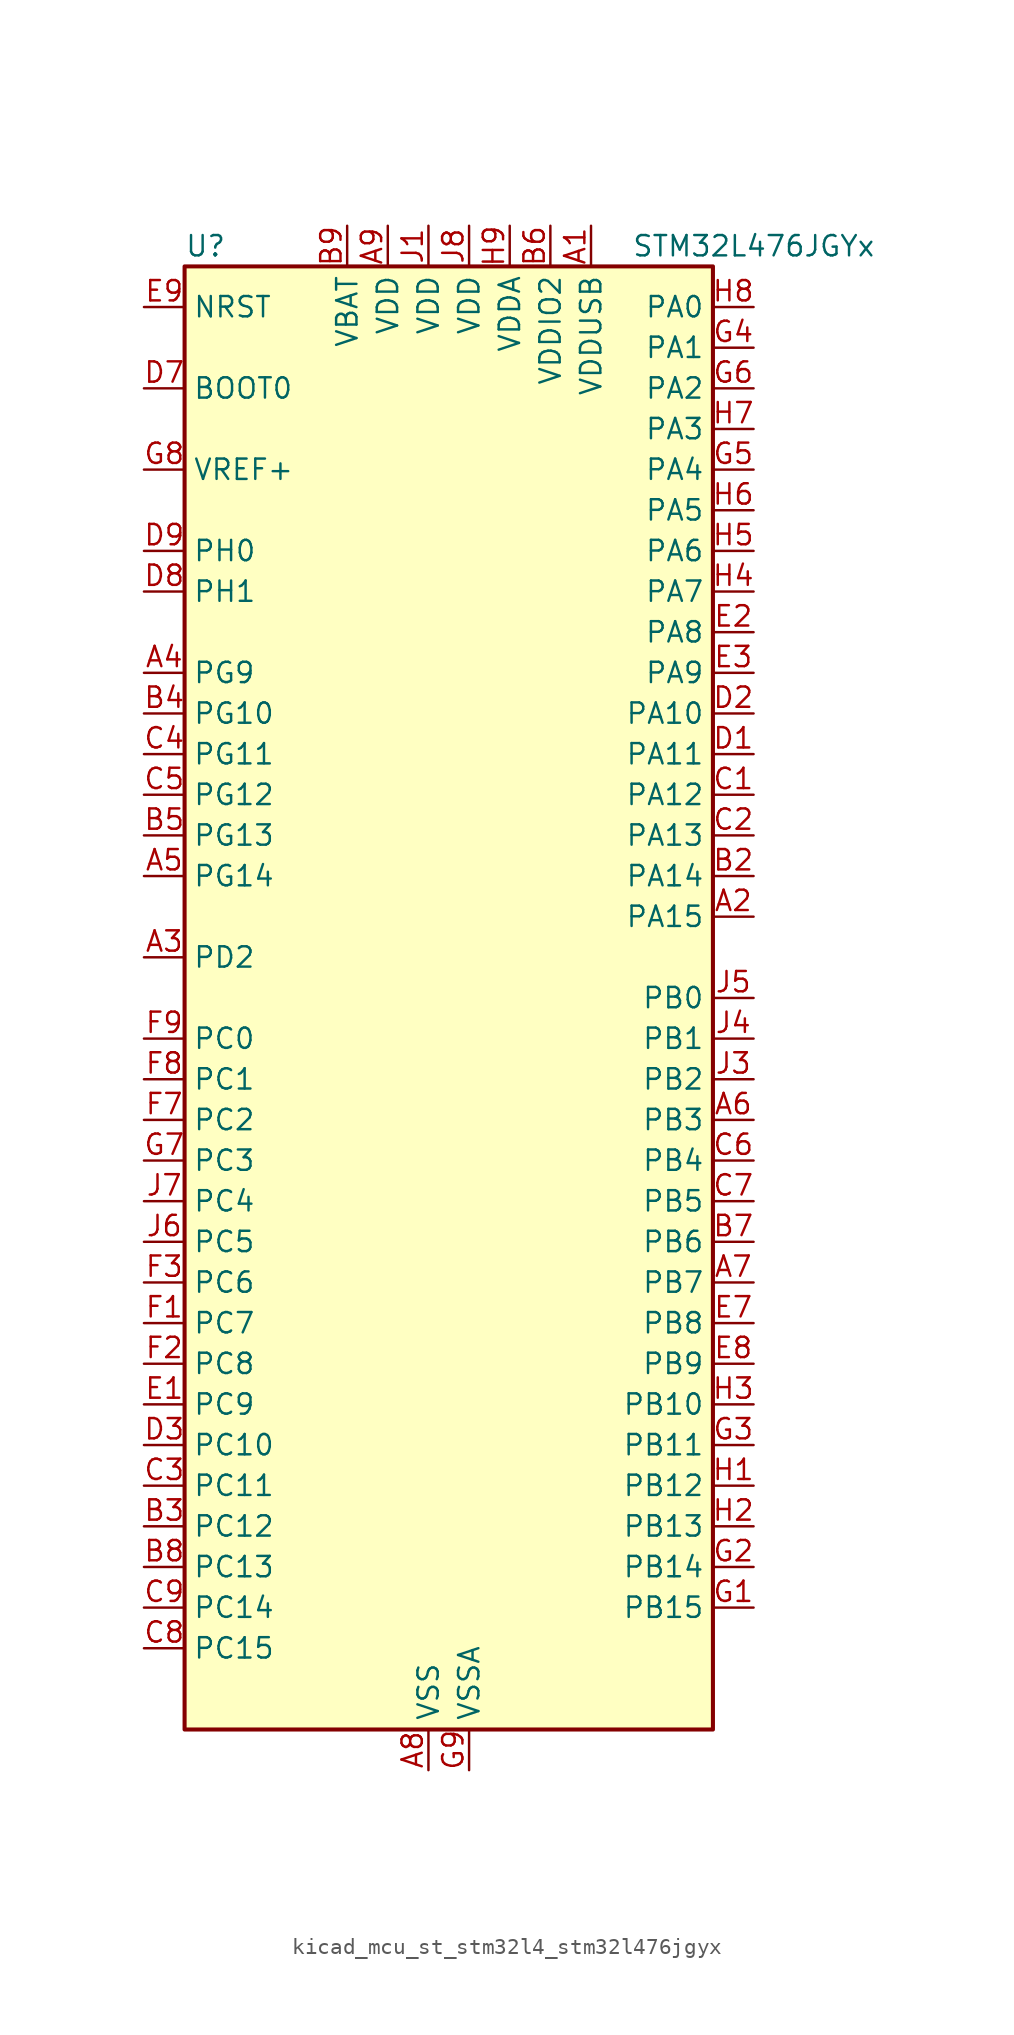
<source format=kicad_sym>
(kicad_symbol_lib
  (version 20220914)
  (generator kicad_symbol_editor)
  (symbol "kicad_mcu_st_stm32l4_stm32l476jgyx"
    (property "Reference" "U"
      (at -15.24 46.99 0)
      (effects (font (size 1.27 1.27)) (justify left)))
    (property "Value" "STM32L476JGYx"
      (at 12.7 46.99 0)
      (effects (font (size 1.27 1.27)) (justify left)))
    (property "ki_locked" ""
      (at 0 0 0)
      (effects (font (size 1.27 1.27))))
    (symbol "kicad_mcu_st_stm32l4_stm32l476jgyx_0_1"
      (rectangle (start -15.24 -45.72) (end 17.78 45.72) (stroke (width 0.254) (type default)) (fill (type background))))
    (symbol "kicad_mcu_st_stm32l4_stm32l476jgyx_1_1"
      (pin power_in line (at 10.16 48.26 270) (length 2.54) (name "VDDUSB" (effects (font (size 1.27 1.27)))) (number "A1" (effects (font (size 1.27 1.27)))))
      (pin bidirectional line (at 20.32 5.08 180) (length 2.54) (name "PA15" (effects (font (size 1.27 1.27)))) (number "A2" (effects (font (size 1.27 1.27)))) (alternate "ADC1_EXTI15" bidirectional line) (alternate "ADC2_EXTI15" bidirectional line) (alternate "ADC3_EXTI15" bidirectional line) (alternate "LCD_SEG17" bidirectional line) (alternate "SAI2_FS_B" bidirectional line) (alternate "SPI1_NSS" bidirectional line) (alternate "SPI3_NSS" bidirectional line) (alternate "SYS_JTDI" bidirectional line) (alternate "TIM2_CH1" bidirectional line) (alternate "TIM2_ETR" bidirectional line) (alternate "TSC_G3_IO1" bidirectional line) (alternate "UART4_DE" bidirectional line) (alternate "UART4_RTS" bidirectional line))
      (pin bidirectional line (at -17.78 2.54 0) (length 2.54) (name "PD2" (effects (font (size 1.27 1.27)))) (number "A3" (effects (font (size 1.27 1.27)))) (alternate "LCD_COM7" bidirectional line) (alternate "LCD_SEG31" bidirectional line) (alternate "LCD_SEG43" bidirectional line) (alternate "SDMMC1_CMD" bidirectional line) (alternate "TIM3_ETR" bidirectional line) (alternate "TSC_SYNC" bidirectional line) (alternate "UART5_RX" bidirectional line) (alternate "USART3_DE" bidirectional line) (alternate "USART3_RTS" bidirectional line))
      (pin bidirectional line (at -17.78 20.32 0) (length 2.54) (name "PG9" (effects (font (size 1.27 1.27)))) (number "A4" (effects (font (size 1.27 1.27)))) (alternate "DAC1_EXTI9" bidirectional line) (alternate "SAI2_SCK_A" bidirectional line) (alternate "SPI3_SCK" bidirectional line) (alternate "TIM15_CH1N" bidirectional line) (alternate "USART1_TX" bidirectional line))
      (pin bidirectional line (at -17.78 7.62 0) (length 2.54) (name "PG14" (effects (font (size 1.27 1.27)))) (number "A5" (effects (font (size 1.27 1.27)))) (alternate "I2C1_SCL" bidirectional line))
      (pin bidirectional line (at 20.32 -7.62 180) (length 2.54) (name "PB3" (effects (font (size 1.27 1.27)))) (number "A6" (effects (font (size 1.27 1.27)))) (alternate "COMP2_INM" bidirectional line) (alternate "LCD_SEG7" bidirectional line) (alternate "SAI1_SCK_B" bidirectional line) (alternate "SPI1_SCK" bidirectional line) (alternate "SPI3_SCK" bidirectional line) (alternate "SYS_JTDO-SWO" bidirectional line) (alternate "TIM2_CH2" bidirectional line) (alternate "USART1_DE" bidirectional line) (alternate "USART1_RTS" bidirectional line))
      (pin bidirectional line (at 20.32 -17.78 180) (length 2.54) (name "PB7" (effects (font (size 1.27 1.27)))) (number "A7" (effects (font (size 1.27 1.27)))) (alternate "COMP2_INM" bidirectional line) (alternate "DFSDM1_CKIN5" bidirectional line) (alternate "I2C1_SDA" bidirectional line) (alternate "LCD_SEG21" bidirectional line) (alternate "LPTIM1_IN2" bidirectional line) (alternate "SYS_PVD_IN" bidirectional line) (alternate "TIM17_CH1N" bidirectional line) (alternate "TIM4_CH2" bidirectional line) (alternate "TIM8_BKIN" bidirectional line) (alternate "TIM8_BKIN_COMP1" bidirectional line) (alternate "TSC_G2_IO4" bidirectional line) (alternate "UART4_CTS" bidirectional line) (alternate "USART1_RX" bidirectional line))
      (pin power_in line (at 0 -48.26 90) (length 2.54) (name "VSS" (effects (font (size 1.27 1.27)))) (number "A8" (effects (font (size 1.27 1.27)))))
      (pin power_in line (at -2.54 48.26 270) (length 2.54) (name "VDD" (effects (font (size 1.27 1.27)))) (number "A9" (effects (font (size 1.27 1.27)))))
      (pin passive line (at 0 -48.26 90) (length 2.54) hide (name "VSS" (effects (font (size 1.27 1.27)))) (number "B1" (effects (font (size 1.27 1.27)))))
      (pin bidirectional line (at 20.32 7.62 180) (length 2.54) (name "PA14" (effects (font (size 1.27 1.27)))) (number "B2" (effects (font (size 1.27 1.27)))) (alternate "SYS_JTCK-SWCLK" bidirectional line))
      (pin bidirectional line (at -17.78 -33.02 0) (length 2.54) (name "PC12" (effects (font (size 1.27 1.27)))) (number "B3" (effects (font (size 1.27 1.27)))) (alternate "LCD_COM6" bidirectional line) (alternate "LCD_SEG30" bidirectional line) (alternate "LCD_SEG42" bidirectional line) (alternate "SAI2_SD_B" bidirectional line) (alternate "SDMMC1_CK" bidirectional line) (alternate "SPI3_MOSI" bidirectional line) (alternate "TSC_G3_IO4" bidirectional line) (alternate "UART5_TX" bidirectional line) (alternate "USART3_CK" bidirectional line))
      (pin bidirectional line (at -17.78 17.78 0) (length 2.54) (name "PG10" (effects (font (size 1.27 1.27)))) (number "B4" (effects (font (size 1.27 1.27)))) (alternate "LPTIM1_IN1" bidirectional line) (alternate "SAI2_FS_A" bidirectional line) (alternate "SPI3_MISO" bidirectional line) (alternate "TIM15_CH1" bidirectional line) (alternate "USART1_RX" bidirectional line))
      (pin bidirectional line (at -17.78 10.16 0) (length 2.54) (name "PG13" (effects (font (size 1.27 1.27)))) (number "B5" (effects (font (size 1.27 1.27)))) (alternate "I2C1_SDA" bidirectional line) (alternate "USART1_CK" bidirectional line))
      (pin power_in line (at 7.62 48.26 270) (length 2.54) (name "VDDIO2" (effects (font (size 1.27 1.27)))) (number "B6" (effects (font (size 1.27 1.27)))))
      (pin bidirectional line (at 20.32 -15.24 180) (length 2.54) (name "PB6" (effects (font (size 1.27 1.27)))) (number "B7" (effects (font (size 1.27 1.27)))) (alternate "COMP2_INP" bidirectional line) (alternate "DFSDM1_DATIN5" bidirectional line) (alternate "I2C1_SCL" bidirectional line) (alternate "LPTIM1_ETR" bidirectional line) (alternate "SAI1_FS_B" bidirectional line) (alternate "TIM16_CH1N" bidirectional line) (alternate "TIM4_CH1" bidirectional line) (alternate "TIM8_BKIN2" bidirectional line) (alternate "TIM8_BKIN2_COMP2" bidirectional line) (alternate "TSC_G2_IO3" bidirectional line) (alternate "USART1_TX" bidirectional line))
      (pin bidirectional line (at -17.78 -35.56 0) (length 2.54) (name "PC13" (effects (font (size 1.27 1.27)))) (number "B8" (effects (font (size 1.27 1.27)))) (alternate "RTC_OUT_ALARM" bidirectional line) (alternate "RTC_OUT_CALIB" bidirectional line) (alternate "RTC_TAMP1" bidirectional line) (alternate "RTC_TS" bidirectional line) (alternate "SYS_WKUP2" bidirectional line))
      (pin power_in line (at -5.08 48.26 270) (length 2.54) (name "VBAT" (effects (font (size 1.27 1.27)))) (number "B9" (effects (font (size 1.27 1.27)))))
      (pin bidirectional line (at 20.32 12.7 180) (length 2.54) (name "PA12" (effects (font (size 1.27 1.27)))) (number "C1" (effects (font (size 1.27 1.27)))) (alternate "CAN1_TX" bidirectional line) (alternate "TIM1_ETR" bidirectional line) (alternate "USART1_DE" bidirectional line) (alternate "USART1_RTS" bidirectional line) (alternate "USB_OTG_FS_DP" bidirectional line))
      (pin bidirectional line (at 20.32 10.16 180) (length 2.54) (name "PA13" (effects (font (size 1.27 1.27)))) (number "C2" (effects (font (size 1.27 1.27)))) (alternate "IR_OUT" bidirectional line) (alternate "SYS_JTMS-SWDIO" bidirectional line) (alternate "USB_OTG_FS_NOE" bidirectional line))
      (pin bidirectional line (at -17.78 -30.48 0) (length 2.54) (name "PC11" (effects (font (size 1.27 1.27)))) (number "C3" (effects (font (size 1.27 1.27)))) (alternate "ADC1_EXTI11" bidirectional line) (alternate "ADC2_EXTI11" bidirectional line) (alternate "ADC3_EXTI11" bidirectional line) (alternate "LCD_COM5" bidirectional line) (alternate "LCD_SEG29" bidirectional line) (alternate "LCD_SEG41" bidirectional line) (alternate "SAI2_MCLK_B" bidirectional line) (alternate "SDMMC1_D3" bidirectional line) (alternate "SPI3_MISO" bidirectional line) (alternate "TSC_G3_IO3" bidirectional line) (alternate "UART4_RX" bidirectional line) (alternate "USART3_RX" bidirectional line))
      (pin bidirectional line (at -17.78 15.24 0) (length 2.54) (name "PG11" (effects (font (size 1.27 1.27)))) (number "C4" (effects (font (size 1.27 1.27)))) (alternate "ADC1_EXTI11" bidirectional line) (alternate "ADC2_EXTI11" bidirectional line) (alternate "ADC3_EXTI11" bidirectional line) (alternate "LPTIM1_IN2" bidirectional line) (alternate "SAI2_MCLK_A" bidirectional line) (alternate "SPI3_MOSI" bidirectional line) (alternate "TIM15_CH2" bidirectional line) (alternate "USART1_CTS" bidirectional line))
      (pin bidirectional line (at -17.78 12.7 0) (length 2.54) (name "PG12" (effects (font (size 1.27 1.27)))) (number "C5" (effects (font (size 1.27 1.27)))) (alternate "LPTIM1_ETR" bidirectional line) (alternate "SAI2_SD_A" bidirectional line) (alternate "SPI3_NSS" bidirectional line) (alternate "USART1_DE" bidirectional line) (alternate "USART1_RTS" bidirectional line))
      (pin bidirectional line (at 20.32 -10.16 180) (length 2.54) (name "PB4" (effects (font (size 1.27 1.27)))) (number "C6" (effects (font (size 1.27 1.27)))) (alternate "COMP2_INP" bidirectional line) (alternate "LCD_SEG8" bidirectional line) (alternate "SAI1_MCLK_B" bidirectional line) (alternate "SPI1_MISO" bidirectional line) (alternate "SPI3_MISO" bidirectional line) (alternate "SYS_JTRST" bidirectional line) (alternate "TIM17_BKIN" bidirectional line) (alternate "TIM3_CH1" bidirectional line) (alternate "TSC_G2_IO1" bidirectional line) (alternate "UART5_DE" bidirectional line) (alternate "UART5_RTS" bidirectional line) (alternate "USART1_CTS" bidirectional line))
      (pin bidirectional line (at 20.32 -12.7 180) (length 2.54) (name "PB5" (effects (font (size 1.27 1.27)))) (number "C7" (effects (font (size 1.27 1.27)))) (alternate "COMP2_OUT" bidirectional line) (alternate "I2C1_SMBA" bidirectional line) (alternate "LCD_SEG9" bidirectional line) (alternate "LPTIM1_IN1" bidirectional line) (alternate "SAI1_SD_B" bidirectional line) (alternate "SPI1_MOSI" bidirectional line) (alternate "SPI3_MOSI" bidirectional line) (alternate "TIM16_BKIN" bidirectional line) (alternate "TIM3_CH2" bidirectional line) (alternate "TSC_G2_IO2" bidirectional line) (alternate "UART5_CTS" bidirectional line) (alternate "USART1_CK" bidirectional line))
      (pin bidirectional line (at -17.78 -40.64 0) (length 2.54) (name "PC15" (effects (font (size 1.27 1.27)))) (number "C8" (effects (font (size 1.27 1.27)))) (alternate "ADC1_EXTI15" bidirectional line) (alternate "ADC2_EXTI15" bidirectional line) (alternate "ADC3_EXTI15" bidirectional line) (alternate "RCC_OSC32_OUT" bidirectional line))
      (pin bidirectional line (at -17.78 -38.1 0) (length 2.54) (name "PC14" (effects (font (size 1.27 1.27)))) (number "C9" (effects (font (size 1.27 1.27)))) (alternate "RCC_OSC32_IN" bidirectional line))
      (pin bidirectional line (at 20.32 15.24 180) (length 2.54) (name "PA11" (effects (font (size 1.27 1.27)))) (number "D1" (effects (font (size 1.27 1.27)))) (alternate "ADC1_EXTI11" bidirectional line) (alternate "ADC2_EXTI11" bidirectional line) (alternate "ADC3_EXTI11" bidirectional line) (alternate "CAN1_RX" bidirectional line) (alternate "TIM1_BKIN2" bidirectional line) (alternate "TIM1_BKIN2_COMP1" bidirectional line) (alternate "TIM1_CH4" bidirectional line) (alternate "USART1_CTS" bidirectional line) (alternate "USB_OTG_FS_DM" bidirectional line))
      (pin bidirectional line (at 20.32 17.78 180) (length 2.54) (name "PA10" (effects (font (size 1.27 1.27)))) (number "D2" (effects (font (size 1.27 1.27)))) (alternate "LCD_COM2" bidirectional line) (alternate "TIM17_BKIN" bidirectional line) (alternate "TIM1_CH3" bidirectional line) (alternate "USART1_RX" bidirectional line) (alternate "USB_OTG_FS_ID" bidirectional line))
      (pin bidirectional line (at -17.78 -27.94 0) (length 2.54) (name "PC10" (effects (font (size 1.27 1.27)))) (number "D3" (effects (font (size 1.27 1.27)))) (alternate "LCD_COM4" bidirectional line) (alternate "LCD_SEG28" bidirectional line) (alternate "LCD_SEG40" bidirectional line) (alternate "SAI2_SCK_B" bidirectional line) (alternate "SDMMC1_D2" bidirectional line) (alternate "SPI3_SCK" bidirectional line) (alternate "TSC_G3_IO2" bidirectional line) (alternate "UART4_TX" bidirectional line) (alternate "USART3_TX" bidirectional line))
      (pin input line (at -17.78 38.1 0) (length 2.54) (name "BOOT0" (effects (font (size 1.27 1.27)))) (number "D7" (effects (font (size 1.27 1.27)))))
      (pin bidirectional line (at -17.78 25.4 0) (length 2.54) (name "PH1" (effects (font (size 1.27 1.27)))) (number "D8" (effects (font (size 1.27 1.27)))) (alternate "RCC_OSC_OUT" bidirectional line))
      (pin bidirectional line (at -17.78 27.94 0) (length 2.54) (name "PH0" (effects (font (size 1.27 1.27)))) (number "D9" (effects (font (size 1.27 1.27)))) (alternate "RCC_OSC_IN" bidirectional line))
      (pin bidirectional line (at -17.78 -25.4 0) (length 2.54) (name "PC9" (effects (font (size 1.27 1.27)))) (number "E1" (effects (font (size 1.27 1.27)))) (alternate "DAC1_EXTI9" bidirectional line) (alternate "LCD_SEG27" bidirectional line) (alternate "SAI2_EXTCLK" bidirectional line) (alternate "SDMMC1_D1" bidirectional line) (alternate "TIM3_CH4" bidirectional line) (alternate "TIM8_BKIN2" bidirectional line) (alternate "TIM8_BKIN2_COMP1" bidirectional line) (alternate "TIM8_CH4" bidirectional line) (alternate "TSC_G4_IO4" bidirectional line) (alternate "USB_OTG_FS_NOE" bidirectional line))
      (pin bidirectional line (at 20.32 22.86 180) (length 2.54) (name "PA8" (effects (font (size 1.27 1.27)))) (number "E2" (effects (font (size 1.27 1.27)))) (alternate "LCD_COM0" bidirectional line) (alternate "LPTIM2_OUT" bidirectional line) (alternate "RCC_MCO" bidirectional line) (alternate "TIM1_CH1" bidirectional line) (alternate "USART1_CK" bidirectional line) (alternate "USB_OTG_FS_SOF" bidirectional line))
      (pin bidirectional line (at 20.32 20.32 180) (length 2.54) (name "PA9" (effects (font (size 1.27 1.27)))) (number "E3" (effects (font (size 1.27 1.27)))) (alternate "DAC1_EXTI9" bidirectional line) (alternate "LCD_COM1" bidirectional line) (alternate "TIM15_BKIN" bidirectional line) (alternate "TIM1_CH2" bidirectional line) (alternate "USART1_TX" bidirectional line) (alternate "USB_OTG_FS_VBUS" bidirectional line))
      (pin bidirectional line (at 20.32 -20.32 180) (length 2.54) (name "PB8" (effects (font (size 1.27 1.27)))) (number "E7" (effects (font (size 1.27 1.27)))) (alternate "CAN1_RX" bidirectional line) (alternate "DFSDM1_DATIN6" bidirectional line) (alternate "I2C1_SCL" bidirectional line) (alternate "LCD_SEG16" bidirectional line) (alternate "SAI1_MCLK_A" bidirectional line) (alternate "SDMMC1_D4" bidirectional line) (alternate "TIM16_CH1" bidirectional line) (alternate "TIM4_CH3" bidirectional line))
      (pin bidirectional line (at 20.32 -22.86 180) (length 2.54) (name "PB9" (effects (font (size 1.27 1.27)))) (number "E8" (effects (font (size 1.27 1.27)))) (alternate "CAN1_TX" bidirectional line) (alternate "DAC1_EXTI9" bidirectional line) (alternate "DFSDM1_CKIN6" bidirectional line) (alternate "I2C1_SDA" bidirectional line) (alternate "IR_OUT" bidirectional line) (alternate "LCD_COM3" bidirectional line) (alternate "SAI1_FS_A" bidirectional line) (alternate "SDMMC1_D5" bidirectional line) (alternate "SPI2_NSS" bidirectional line) (alternate "TIM17_CH1" bidirectional line) (alternate "TIM4_CH4" bidirectional line))
      (pin input line (at -17.78 43.18 0) (length 2.54) (name "NRST" (effects (font (size 1.27 1.27)))) (number "E9" (effects (font (size 1.27 1.27)))))
      (pin bidirectional line (at -17.78 -20.32 0) (length 2.54) (name "PC7" (effects (font (size 1.27 1.27)))) (number "F1" (effects (font (size 1.27 1.27)))) (alternate "DFSDM1_DATIN3" bidirectional line) (alternate "LCD_SEG25" bidirectional line) (alternate "SAI2_MCLK_B" bidirectional line) (alternate "SDMMC1_D7" bidirectional line) (alternate "TIM3_CH2" bidirectional line) (alternate "TIM8_CH2" bidirectional line) (alternate "TSC_G4_IO2" bidirectional line))
      (pin bidirectional line (at -17.78 -22.86 0) (length 2.54) (name "PC8" (effects (font (size 1.27 1.27)))) (number "F2" (effects (font (size 1.27 1.27)))) (alternate "LCD_SEG26" bidirectional line) (alternate "SDMMC1_D0" bidirectional line) (alternate "TIM3_CH3" bidirectional line) (alternate "TIM8_CH3" bidirectional line) (alternate "TSC_G4_IO3" bidirectional line))
      (pin bidirectional line (at -17.78 -17.78 0) (length 2.54) (name "PC6" (effects (font (size 1.27 1.27)))) (number "F3" (effects (font (size 1.27 1.27)))) (alternate "DFSDM1_CKIN3" bidirectional line) (alternate "LCD_SEG24" bidirectional line) (alternate "SAI2_MCLK_A" bidirectional line) (alternate "SDMMC1_D6" bidirectional line) (alternate "TIM3_CH1" bidirectional line) (alternate "TIM8_CH1" bidirectional line) (alternate "TSC_G4_IO1" bidirectional line))
      (pin bidirectional line (at -17.78 -7.62 0) (length 2.54) (name "PC2" (effects (font (size 1.27 1.27)))) (number "F7" (effects (font (size 1.27 1.27)))) (alternate "ADC1_IN3" bidirectional line) (alternate "ADC2_IN3" bidirectional line) (alternate "ADC3_IN3" bidirectional line) (alternate "DFSDM1_CKOUT" bidirectional line) (alternate "LCD_SEG20" bidirectional line) (alternate "LPTIM1_IN2" bidirectional line) (alternate "SPI2_MISO" bidirectional line))
      (pin bidirectional line (at -17.78 -5.08 0) (length 2.54) (name "PC1" (effects (font (size 1.27 1.27)))) (number "F8" (effects (font (size 1.27 1.27)))) (alternate "ADC1_IN2" bidirectional line) (alternate "ADC2_IN2" bidirectional line) (alternate "ADC3_IN2" bidirectional line) (alternate "DFSDM1_CKIN4" bidirectional line) (alternate "I2C3_SDA" bidirectional line) (alternate "LCD_SEG19" bidirectional line) (alternate "LPTIM1_OUT" bidirectional line) (alternate "LPUART1_TX" bidirectional line))
      (pin bidirectional line (at -17.78 -2.54 0) (length 2.54) (name "PC0" (effects (font (size 1.27 1.27)))) (number "F9" (effects (font (size 1.27 1.27)))) (alternate "ADC1_IN1" bidirectional line) (alternate "ADC2_IN1" bidirectional line) (alternate "ADC3_IN1" bidirectional line) (alternate "DFSDM1_DATIN4" bidirectional line) (alternate "I2C3_SCL" bidirectional line) (alternate "LCD_SEG18" bidirectional line) (alternate "LPTIM1_IN1" bidirectional line) (alternate "LPTIM2_IN1" bidirectional line) (alternate "LPUART1_RX" bidirectional line))
      (pin bidirectional line (at 20.32 -38.1 180) (length 2.54) (name "PB15" (effects (font (size 1.27 1.27)))) (number "G1" (effects (font (size 1.27 1.27)))) (alternate "ADC1_EXTI15" bidirectional line) (alternate "ADC2_EXTI15" bidirectional line) (alternate "ADC3_EXTI15" bidirectional line) (alternate "DFSDM1_CKIN2" bidirectional line) (alternate "LCD_SEG15" bidirectional line) (alternate "RTC_REFIN" bidirectional line) (alternate "SAI2_SD_A" bidirectional line) (alternate "SPI2_MOSI" bidirectional line) (alternate "SWPMI1_SUSPEND" bidirectional line) (alternate "TIM15_CH2" bidirectional line) (alternate "TIM1_CH3N" bidirectional line) (alternate "TIM8_CH3N" bidirectional line) (alternate "TSC_G1_IO4" bidirectional line))
      (pin bidirectional line (at 20.32 -35.56 180) (length 2.54) (name "PB14" (effects (font (size 1.27 1.27)))) (number "G2" (effects (font (size 1.27 1.27)))) (alternate "DFSDM1_DATIN2" bidirectional line) (alternate "I2C2_SDA" bidirectional line) (alternate "LCD_SEG14" bidirectional line) (alternate "SAI2_MCLK_A" bidirectional line) (alternate "SPI2_MISO" bidirectional line) (alternate "SWPMI1_RX" bidirectional line) (alternate "TIM15_CH1" bidirectional line) (alternate "TIM1_CH2N" bidirectional line) (alternate "TIM8_CH2N" bidirectional line) (alternate "TSC_G1_IO3" bidirectional line) (alternate "USART3_DE" bidirectional line) (alternate "USART3_RTS" bidirectional line))
      (pin bidirectional line (at 20.32 -27.94 180) (length 2.54) (name "PB11" (effects (font (size 1.27 1.27)))) (number "G3" (effects (font (size 1.27 1.27)))) (alternate "ADC1_EXTI11" bidirectional line) (alternate "ADC2_EXTI11" bidirectional line) (alternate "ADC3_EXTI11" bidirectional line) (alternate "COMP2_OUT" bidirectional line) (alternate "DFSDM1_CKIN7" bidirectional line) (alternate "I2C2_SDA" bidirectional line) (alternate "LCD_SEG11" bidirectional line) (alternate "LPUART1_TX" bidirectional line) (alternate "QUADSPI_NCS" bidirectional line) (alternate "TIM2_CH4" bidirectional line) (alternate "USART3_RX" bidirectional line))
      (pin bidirectional line (at 20.32 40.64 180) (length 2.54) (name "PA1" (effects (font (size 1.27 1.27)))) (number "G4" (effects (font (size 1.27 1.27)))) (alternate "ADC1_IN6" bidirectional line) (alternate "ADC2_IN6" bidirectional line) (alternate "LCD_SEG0" bidirectional line) (alternate "OPAMP1_VINM" bidirectional line) (alternate "TIM15_CH1N" bidirectional line) (alternate "TIM2_CH2" bidirectional line) (alternate "TIM5_CH2" bidirectional line) (alternate "UART4_RX" bidirectional line) (alternate "USART2_DE" bidirectional line) (alternate "USART2_RTS" bidirectional line))
      (pin bidirectional line (at 20.32 33.02 180) (length 2.54) (name "PA4" (effects (font (size 1.27 1.27)))) (number "G5" (effects (font (size 1.27 1.27)))) (alternate "ADC1_IN9" bidirectional line) (alternate "ADC2_IN9" bidirectional line) (alternate "DAC1_OUT1" bidirectional line) (alternate "LPTIM2_OUT" bidirectional line) (alternate "SAI1_FS_B" bidirectional line) (alternate "SPI1_NSS" bidirectional line) (alternate "SPI3_NSS" bidirectional line) (alternate "USART2_CK" bidirectional line))
      (pin bidirectional line (at 20.32 38.1 180) (length 2.54) (name "PA2" (effects (font (size 1.27 1.27)))) (number "G6" (effects (font (size 1.27 1.27)))) (alternate "ADC1_IN7" bidirectional line) (alternate "ADC2_IN7" bidirectional line) (alternate "LCD_SEG1" bidirectional line) (alternate "RCC_LSCO" bidirectional line) (alternate "SAI2_EXTCLK" bidirectional line) (alternate "SYS_WKUP4" bidirectional line) (alternate "TIM15_CH1" bidirectional line) (alternate "TIM2_CH3" bidirectional line) (alternate "TIM5_CH3" bidirectional line) (alternate "USART2_TX" bidirectional line))
      (pin bidirectional line (at -17.78 -10.16 0) (length 2.54) (name "PC3" (effects (font (size 1.27 1.27)))) (number "G7" (effects (font (size 1.27 1.27)))) (alternate "ADC1_IN4" bidirectional line) (alternate "ADC2_IN4" bidirectional line) (alternate "ADC3_IN4" bidirectional line) (alternate "LCD_VLCD" bidirectional line) (alternate "LPTIM1_ETR" bidirectional line) (alternate "LPTIM2_ETR" bidirectional line) (alternate "SAI1_SD_A" bidirectional line) (alternate "SPI2_MOSI" bidirectional line))
      (pin input line (at -17.78 33.02 0) (length 2.54) (name "VREF+" (effects (font (size 1.27 1.27)))) (number "G8" (effects (font (size 1.27 1.27)))) (alternate "VREFBUF_OUT" bidirectional line))
      (pin power_in line (at 2.54 -48.26 90) (length 2.54) (name "VSSA" (effects (font (size 1.27 1.27)))) (number "G9" (effects (font (size 1.27 1.27)))))
      (pin bidirectional line (at 20.32 -30.48 180) (length 2.54) (name "PB12" (effects (font (size 1.27 1.27)))) (number "H1" (effects (font (size 1.27 1.27)))) (alternate "DFSDM1_DATIN1" bidirectional line) (alternate "I2C2_SMBA" bidirectional line) (alternate "LCD_SEG12" bidirectional line) (alternate "LPUART1_DE" bidirectional line) (alternate "LPUART1_RTS" bidirectional line) (alternate "SAI2_FS_A" bidirectional line) (alternate "SPI2_NSS" bidirectional line) (alternate "SWPMI1_IO" bidirectional line) (alternate "TIM15_BKIN" bidirectional line) (alternate "TIM1_BKIN" bidirectional line) (alternate "TIM1_BKIN_COMP2" bidirectional line) (alternate "TSC_G1_IO1" bidirectional line) (alternate "USART3_CK" bidirectional line))
      (pin bidirectional line (at 20.32 -33.02 180) (length 2.54) (name "PB13" (effects (font (size 1.27 1.27)))) (number "H2" (effects (font (size 1.27 1.27)))) (alternate "DFSDM1_CKIN1" bidirectional line) (alternate "I2C2_SCL" bidirectional line) (alternate "LCD_SEG13" bidirectional line) (alternate "LPUART1_CTS" bidirectional line) (alternate "SAI2_SCK_A" bidirectional line) (alternate "SPI2_SCK" bidirectional line) (alternate "SWPMI1_TX" bidirectional line) (alternate "TIM15_CH1N" bidirectional line) (alternate "TIM1_CH1N" bidirectional line) (alternate "TSC_G1_IO2" bidirectional line) (alternate "USART3_CTS" bidirectional line))
      (pin bidirectional line (at 20.32 -25.4 180) (length 2.54) (name "PB10" (effects (font (size 1.27 1.27)))) (number "H3" (effects (font (size 1.27 1.27)))) (alternate "COMP1_OUT" bidirectional line) (alternate "DFSDM1_DATIN7" bidirectional line) (alternate "I2C2_SCL" bidirectional line) (alternate "LCD_SEG10" bidirectional line) (alternate "LPUART1_RX" bidirectional line) (alternate "QUADSPI_CLK" bidirectional line) (alternate "SAI1_SCK_A" bidirectional line) (alternate "SPI2_SCK" bidirectional line) (alternate "TIM2_CH3" bidirectional line) (alternate "USART3_TX" bidirectional line))
      (pin bidirectional line (at 20.32 25.4 180) (length 2.54) (name "PA7" (effects (font (size 1.27 1.27)))) (number "H4" (effects (font (size 1.27 1.27)))) (alternate "ADC1_IN12" bidirectional line) (alternate "ADC2_IN12" bidirectional line) (alternate "LCD_SEG4" bidirectional line) (alternate "OPAMP2_VINM" bidirectional line) (alternate "QUADSPI_BK1_IO2" bidirectional line) (alternate "SPI1_MOSI" bidirectional line) (alternate "TIM17_CH1" bidirectional line) (alternate "TIM1_CH1N" bidirectional line) (alternate "TIM3_CH2" bidirectional line) (alternate "TIM8_CH1N" bidirectional line))
      (pin bidirectional line (at 20.32 27.94 180) (length 2.54) (name "PA6" (effects (font (size 1.27 1.27)))) (number "H5" (effects (font (size 1.27 1.27)))) (alternate "ADC1_IN11" bidirectional line) (alternate "ADC2_IN11" bidirectional line) (alternate "LCD_SEG3" bidirectional line) (alternate "OPAMP2_VINP" bidirectional line) (alternate "QUADSPI_BK1_IO3" bidirectional line) (alternate "SPI1_MISO" bidirectional line) (alternate "TIM16_CH1" bidirectional line) (alternate "TIM1_BKIN" bidirectional line) (alternate "TIM1_BKIN_COMP2" bidirectional line) (alternate "TIM3_CH1" bidirectional line) (alternate "TIM8_BKIN" bidirectional line) (alternate "TIM8_BKIN_COMP2" bidirectional line) (alternate "USART3_CTS" bidirectional line))
      (pin bidirectional line (at 20.32 30.48 180) (length 2.54) (name "PA5" (effects (font (size 1.27 1.27)))) (number "H6" (effects (font (size 1.27 1.27)))) (alternate "ADC1_IN10" bidirectional line) (alternate "ADC2_IN10" bidirectional line) (alternate "DAC1_OUT2" bidirectional line) (alternate "LPTIM2_ETR" bidirectional line) (alternate "SPI1_SCK" bidirectional line) (alternate "TIM2_CH1" bidirectional line) (alternate "TIM2_ETR" bidirectional line) (alternate "TIM8_CH1N" bidirectional line))
      (pin bidirectional line (at 20.32 35.56 180) (length 2.54) (name "PA3" (effects (font (size 1.27 1.27)))) (number "H7" (effects (font (size 1.27 1.27)))) (alternate "ADC1_IN8" bidirectional line) (alternate "ADC2_IN8" bidirectional line) (alternate "LCD_SEG2" bidirectional line) (alternate "OPAMP1_VOUT" bidirectional line) (alternate "TIM15_CH2" bidirectional line) (alternate "TIM2_CH4" bidirectional line) (alternate "TIM5_CH4" bidirectional line) (alternate "USART2_RX" bidirectional line))
      (pin bidirectional line (at 20.32 43.18 180) (length 2.54) (name "PA0" (effects (font (size 1.27 1.27)))) (number "H8" (effects (font (size 1.27 1.27)))) (alternate "ADC1_IN5" bidirectional line) (alternate "ADC2_IN5" bidirectional line) (alternate "OPAMP1_VINP" bidirectional line) (alternate "RTC_TAMP2" bidirectional line) (alternate "SAI1_EXTCLK" bidirectional line) (alternate "SYS_WKUP1" bidirectional line) (alternate "TIM2_CH1" bidirectional line) (alternate "TIM2_ETR" bidirectional line) (alternate "TIM5_CH1" bidirectional line) (alternate "TIM8_ETR" bidirectional line) (alternate "UART4_TX" bidirectional line) (alternate "USART2_CTS" bidirectional line))
      (pin power_in line (at 5.08 48.26 270) (length 2.54) (name "VDDA" (effects (font (size 1.27 1.27)))) (number "H9" (effects (font (size 1.27 1.27)))))
      (pin power_in line (at 0 48.26 270) (length 2.54) (name "VDD" (effects (font (size 1.27 1.27)))) (number "J1" (effects (font (size 1.27 1.27)))))
      (pin passive line (at 0 -48.26 90) (length 2.54) hide (name "VSS" (effects (font (size 1.27 1.27)))) (number "J2" (effects (font (size 1.27 1.27)))))
      (pin bidirectional line (at 20.32 -5.08 180) (length 2.54) (name "PB2" (effects (font (size 1.27 1.27)))) (number "J3" (effects (font (size 1.27 1.27)))) (alternate "COMP1_INP" bidirectional line) (alternate "DFSDM1_CKIN0" bidirectional line) (alternate "I2C3_SMBA" bidirectional line) (alternate "LPTIM1_OUT" bidirectional line) (alternate "RTC_OUT_ALARM" bidirectional line) (alternate "RTC_OUT_CALIB" bidirectional line))
      (pin bidirectional line (at 20.32 -2.54 180) (length 2.54) (name "PB1" (effects (font (size 1.27 1.27)))) (number "J4" (effects (font (size 1.27 1.27)))) (alternate "ADC1_IN16" bidirectional line) (alternate "ADC2_IN16" bidirectional line) (alternate "COMP1_INM" bidirectional line) (alternate "DFSDM1_DATIN0" bidirectional line) (alternate "LCD_SEG6" bidirectional line) (alternate "LPTIM2_IN1" bidirectional line) (alternate "QUADSPI_BK1_IO0" bidirectional line) (alternate "TIM1_CH3N" bidirectional line) (alternate "TIM3_CH4" bidirectional line) (alternate "TIM8_CH3N" bidirectional line) (alternate "USART3_DE" bidirectional line) (alternate "USART3_RTS" bidirectional line))
      (pin bidirectional line (at 20.32 0 180) (length 2.54) (name "PB0" (effects (font (size 1.27 1.27)))) (number "J5" (effects (font (size 1.27 1.27)))) (alternate "ADC1_IN15" bidirectional line) (alternate "ADC2_IN15" bidirectional line) (alternate "COMP1_OUT" bidirectional line) (alternate "LCD_SEG5" bidirectional line) (alternate "OPAMP2_VOUT" bidirectional line) (alternate "QUADSPI_BK1_IO1" bidirectional line) (alternate "TIM1_CH2N" bidirectional line) (alternate "TIM3_CH3" bidirectional line) (alternate "TIM8_CH2N" bidirectional line) (alternate "USART3_CK" bidirectional line))
      (pin bidirectional line (at -17.78 -15.24 0) (length 2.54) (name "PC5" (effects (font (size 1.27 1.27)))) (number "J6" (effects (font (size 1.27 1.27)))) (alternate "ADC1_IN14" bidirectional line) (alternate "ADC2_IN14" bidirectional line) (alternate "COMP1_INP" bidirectional line) (alternate "LCD_SEG23" bidirectional line) (alternate "SYS_WKUP5" bidirectional line) (alternate "USART3_RX" bidirectional line))
      (pin bidirectional line (at -17.78 -12.7 0) (length 2.54) (name "PC4" (effects (font (size 1.27 1.27)))) (number "J7" (effects (font (size 1.27 1.27)))) (alternate "ADC1_IN13" bidirectional line) (alternate "ADC2_IN13" bidirectional line) (alternate "COMP1_INM" bidirectional line) (alternate "LCD_SEG22" bidirectional line) (alternate "USART3_TX" bidirectional line))
      (pin power_in line (at 2.54 48.26 270) (length 2.54) (name "VDD" (effects (font (size 1.27 1.27)))) (number "J8" (effects (font (size 1.27 1.27)))))
      (pin passive line (at 0 -48.26 90) (length 2.54) hide (name "VSS" (effects (font (size 1.27 1.27)))) (number "J9" (effects (font (size 1.27 1.27))))))))
</source>
